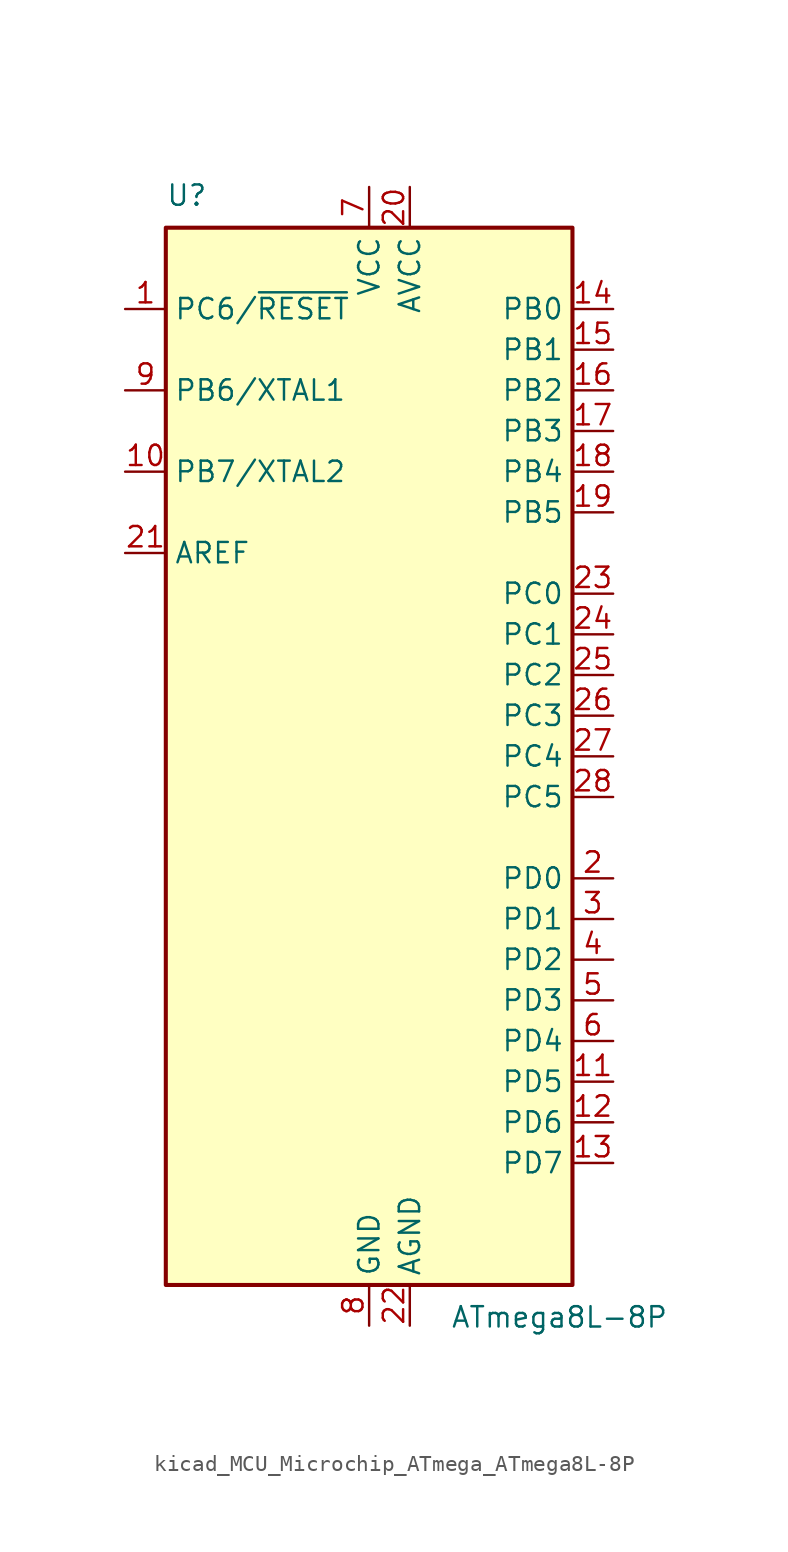
<source format=kicad_sym>
(kicad_symbol_lib
  (version 20220914)
  (generator kicad_symbol_editor)
  (symbol "kicad_MCU_Microchip_ATmega_ATmega8L-8P"
    (property "Reference" "U"
      (at -12.7 34.29 0)
      (effects (font (size 1.27 1.27)) (justify left bottom)))
    (property "Value" "ATmega8L-8P"
      (at 5.08 -34.29 0)
      (effects (font (size 1.27 1.27)) (justify left top)))
    (symbol "kicad_MCU_Microchip_ATmega_ATmega8L-8P_0_1"
      (rectangle (start -12.7 -33.02) (end 12.7 33.02) (stroke (width 0.254) (type default)) (fill (type background))))
    (symbol "kicad_MCU_Microchip_ATmega_ATmega8L-8P_1_1"
      (pin bidirectional line (at -15.24 27.94 0) (length 2.54) (name "PC6/~{RESET}" (effects (font (size 1.27 1.27)))) (number "1" (effects (font (size 1.27 1.27)))))
      (pin bidirectional line (at -15.24 17.78 0) (length 2.54) (name "PB7/XTAL2" (effects (font (size 1.27 1.27)))) (number "10" (effects (font (size 1.27 1.27)))))
      (pin bidirectional line (at 15.24 -20.32 180) (length 2.54) (name "PD5" (effects (font (size 1.27 1.27)))) (number "11" (effects (font (size 1.27 1.27)))))
      (pin bidirectional line (at 15.24 -22.86 180) (length 2.54) (name "PD6" (effects (font (size 1.27 1.27)))) (number "12" (effects (font (size 1.27 1.27)))))
      (pin bidirectional line (at 15.24 -25.4 180) (length 2.54) (name "PD7" (effects (font (size 1.27 1.27)))) (number "13" (effects (font (size 1.27 1.27)))))
      (pin bidirectional line (at 15.24 27.94 180) (length 2.54) (name "PB0" (effects (font (size 1.27 1.27)))) (number "14" (effects (font (size 1.27 1.27)))))
      (pin bidirectional line (at 15.24 25.4 180) (length 2.54) (name "PB1" (effects (font (size 1.27 1.27)))) (number "15" (effects (font (size 1.27 1.27)))))
      (pin bidirectional line (at 15.24 22.86 180) (length 2.54) (name "PB2" (effects (font (size 1.27 1.27)))) (number "16" (effects (font (size 1.27 1.27)))))
      (pin bidirectional line (at 15.24 20.32 180) (length 2.54) (name "PB3" (effects (font (size 1.27 1.27)))) (number "17" (effects (font (size 1.27 1.27)))))
      (pin bidirectional line (at 15.24 17.78 180) (length 2.54) (name "PB4" (effects (font (size 1.27 1.27)))) (number "18" (effects (font (size 1.27 1.27)))))
      (pin bidirectional line (at 15.24 15.24 180) (length 2.54) (name "PB5" (effects (font (size 1.27 1.27)))) (number "19" (effects (font (size 1.27 1.27)))))
      (pin bidirectional line (at 15.24 -7.62 180) (length 2.54) (name "PD0" (effects (font (size 1.27 1.27)))) (number "2" (effects (font (size 1.27 1.27)))))
      (pin power_in line (at 2.54 35.56 270) (length 2.54) (name "AVCC" (effects (font (size 1.27 1.27)))) (number "20" (effects (font (size 1.27 1.27)))))
      (pin passive line (at -15.24 12.7 0) (length 2.54) (name "AREF" (effects (font (size 1.27 1.27)))) (number "21" (effects (font (size 1.27 1.27)))))
      (pin power_in line (at 2.54 -35.56 90) (length 2.54) (name "AGND" (effects (font (size 1.27 1.27)))) (number "22" (effects (font (size 1.27 1.27)))))
      (pin bidirectional line (at 15.24 10.16 180) (length 2.54) (name "PC0" (effects (font (size 1.27 1.27)))) (number "23" (effects (font (size 1.27 1.27)))))
      (pin bidirectional line (at 15.24 7.62 180) (length 2.54) (name "PC1" (effects (font (size 1.27 1.27)))) (number "24" (effects (font (size 1.27 1.27)))))
      (pin bidirectional line (at 15.24 5.08 180) (length 2.54) (name "PC2" (effects (font (size 1.27 1.27)))) (number "25" (effects (font (size 1.27 1.27)))))
      (pin bidirectional line (at 15.24 2.54 180) (length 2.54) (name "PC3" (effects (font (size 1.27 1.27)))) (number "26" (effects (font (size 1.27 1.27)))))
      (pin bidirectional line (at 15.24 0 180) (length 2.54) (name "PC4" (effects (font (size 1.27 1.27)))) (number "27" (effects (font (size 1.27 1.27)))))
      (pin bidirectional line (at 15.24 -2.54 180) (length 2.54) (name "PC5" (effects (font (size 1.27 1.27)))) (number "28" (effects (font (size 1.27 1.27)))))
      (pin bidirectional line (at 15.24 -10.16 180) (length 2.54) (name "PD1" (effects (font (size 1.27 1.27)))) (number "3" (effects (font (size 1.27 1.27)))))
      (pin bidirectional line (at 15.24 -12.7 180) (length 2.54) (name "PD2" (effects (font (size 1.27 1.27)))) (number "4" (effects (font (size 1.27 1.27)))))
      (pin bidirectional line (at 15.24 -15.24 180) (length 2.54) (name "PD3" (effects (font (size 1.27 1.27)))) (number "5" (effects (font (size 1.27 1.27)))))
      (pin bidirectional line (at 15.24 -17.78 180) (length 2.54) (name "PD4" (effects (font (size 1.27 1.27)))) (number "6" (effects (font (size 1.27 1.27)))))
      (pin power_in line (at 0 35.56 270) (length 2.54) (name "VCC" (effects (font (size 1.27 1.27)))) (number "7" (effects (font (size 1.27 1.27)))))
      (pin power_in line (at 0 -35.56 90) (length 2.54) (name "GND" (effects (font (size 1.27 1.27)))) (number "8" (effects (font (size 1.27 1.27)))))
      (pin bidirectional line (at -15.24 22.86 0) (length 2.54) (name "PB6/XTAL1" (effects (font (size 1.27 1.27)))) (number "9" (effects (font (size 1.27 1.27))))))))
</source>
